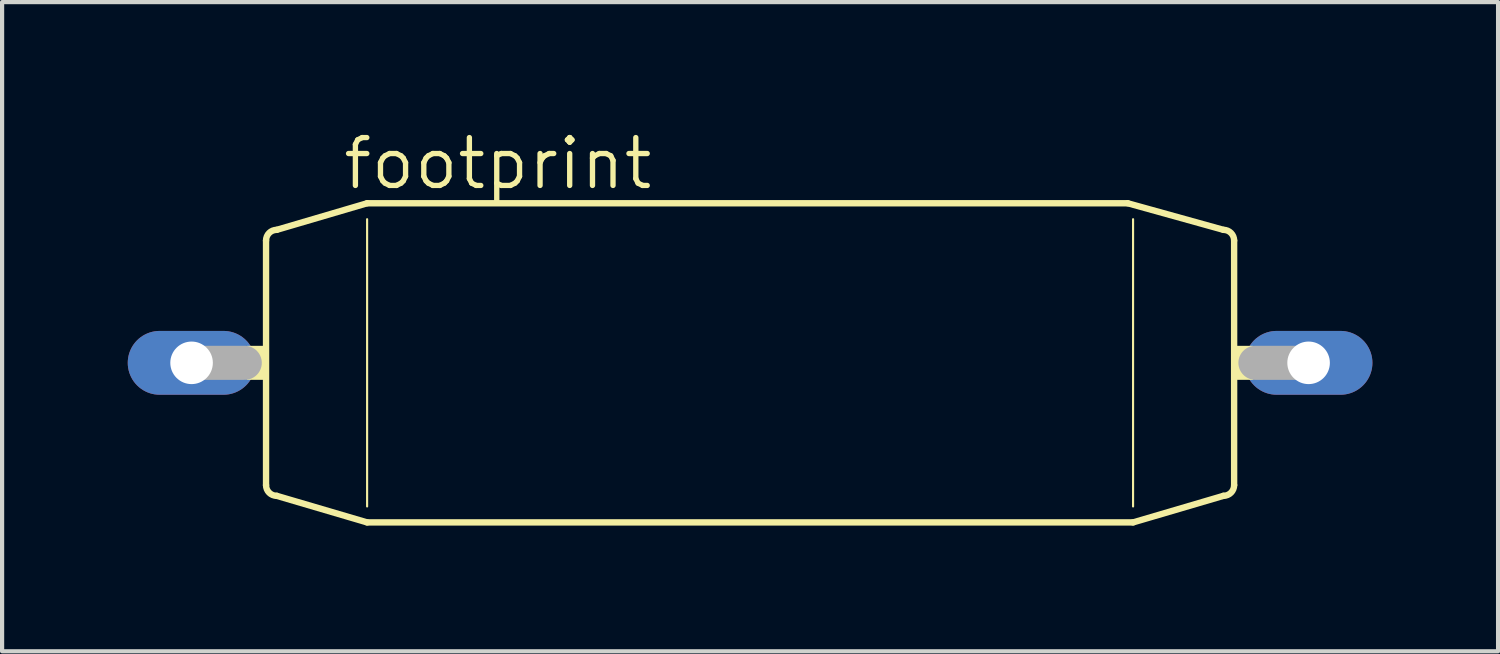
<source format=kicad_pcb>
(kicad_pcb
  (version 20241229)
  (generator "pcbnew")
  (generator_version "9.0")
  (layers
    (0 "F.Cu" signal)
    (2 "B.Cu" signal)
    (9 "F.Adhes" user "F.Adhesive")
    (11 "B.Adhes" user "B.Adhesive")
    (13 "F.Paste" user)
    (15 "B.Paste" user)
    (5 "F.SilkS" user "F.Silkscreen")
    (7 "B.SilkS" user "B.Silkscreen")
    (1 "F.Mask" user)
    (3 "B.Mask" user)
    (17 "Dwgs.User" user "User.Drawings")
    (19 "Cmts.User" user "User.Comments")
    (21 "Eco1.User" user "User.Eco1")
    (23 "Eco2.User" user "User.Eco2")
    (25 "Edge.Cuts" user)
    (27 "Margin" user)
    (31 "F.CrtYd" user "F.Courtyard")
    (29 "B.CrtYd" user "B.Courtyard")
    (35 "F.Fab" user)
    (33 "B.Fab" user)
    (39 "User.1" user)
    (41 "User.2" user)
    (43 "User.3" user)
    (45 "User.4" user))
  (footprint "footprint"
    (layer "F.Cu")
    (at 14.859 5.613)
    (property "Reference" "footprint" (at -9.779 -4.089 0) (layer "F.SilkS") (effects (font (size 1.143 1.143) (thickness 0.127)) (justify left bottom)))
    (fp_line (start -11.557 2.921) (end -11.557 -2.921) (stroke (width 0.152) (type solid)) (layer "F.SilkS"))
    (fp_line (start -11.303 -3.175) (end -9.144 -3.81) (stroke (width 0.152) (type solid)) (layer "F.SilkS"))
    (fp_line (start -11.303 3.175) (end -9.144 3.81) (stroke (width 0.152) (type solid)) (layer "F.SilkS"))
    (fp_line (start -9.144 -3.429) (end -9.144 3.429) (stroke (width 0.051) (type solid)) (layer "F.SilkS"))
    (fp_line (start 9.017 -3.81) (end -9.144 -3.81) (stroke (width 0.152) (type solid)) (layer "F.SilkS"))
    (fp_line (start 9.144 -3.429) (end 9.144 3.429) (stroke (width 0.051) (type solid)) (layer "F.SilkS"))
    (fp_line (start 9.144 3.81) (end -9.144 3.81) (stroke (width 0.152) (type solid)) (layer "F.SilkS"))
    (fp_line (start 11.303 -3.175) (end 9.017 -3.81) (stroke (width 0.152) (type solid)) (layer "F.SilkS"))
    (fp_line (start 11.303 3.175) (end 9.144 3.81) (stroke (width 0.152) (type solid)) (layer "F.SilkS"))
    (fp_line (start 11.557 2.921) (end 11.557 -2.921) (stroke (width 0.152) (type solid)) (layer "F.SilkS"))
    (fp_arc (start -11.557 -2.921) (mid -11.482605 -3.100605) (end -11.303 -3.175) (stroke (width 0.1524) (type solid)) (layer "F.SilkS"))
    (fp_arc (start -11.303 3.175) (mid -11.482605 3.100605) (end -11.557 2.921) (stroke (width 0.1524) (type solid)) (layer "F.SilkS"))
    (fp_arc (start 11.303 -3.175) (mid 11.482605 -3.100605) (end 11.557 -2.921) (stroke (width 0.1524) (type solid)) (layer "F.SilkS"))
    (fp_arc (start 11.557 2.921) (mid 11.482605 3.100605) (end 11.303 3.175) (stroke (width 0.1524) (type solid)) (layer "F.SilkS"))
    (fp_poly (pts (xy -12.014 0.406) (xy -11.557 0.406) (xy -11.557 -0.406) (xy -12.014 -0.406)) (stroke (width 0) (type solid)) (fill yes) (layer "F.SilkS"))
    (fp_poly (pts (xy 11.557 0.406) (xy 12.014 0.406) (xy 12.014 -0.406) (xy 11.557 -0.406)) (stroke (width 0) (type solid)) (fill yes) (layer "F.SilkS"))
    (fp_line (start -13.335 0) (end -12.065 0) (stroke (width 0.813) (type solid)) (layer "F.Fab"))
    (fp_line (start 13.335 0) (end 12.065 0) (stroke (width 0.813) (type solid)) (layer "F.Fab"))
    (pad "1" thru_hole oval (at -13.335 0) (size 3.048 1.524) (drill 1.016) (layers "*.Cu" "*.Mask"))
    (pad "2" thru_hole oval (at 13.335 0) (size 3.048 1.524) (drill 1.016) (layers "*.Cu" "*.Mask")))
  (gr_rect
    (start -3 -3)
    (end 32.718 12.5)
    (stroke (width 0.1) (type default))
    (fill no)
    (layer "Edge.Cuts")))
</source>
